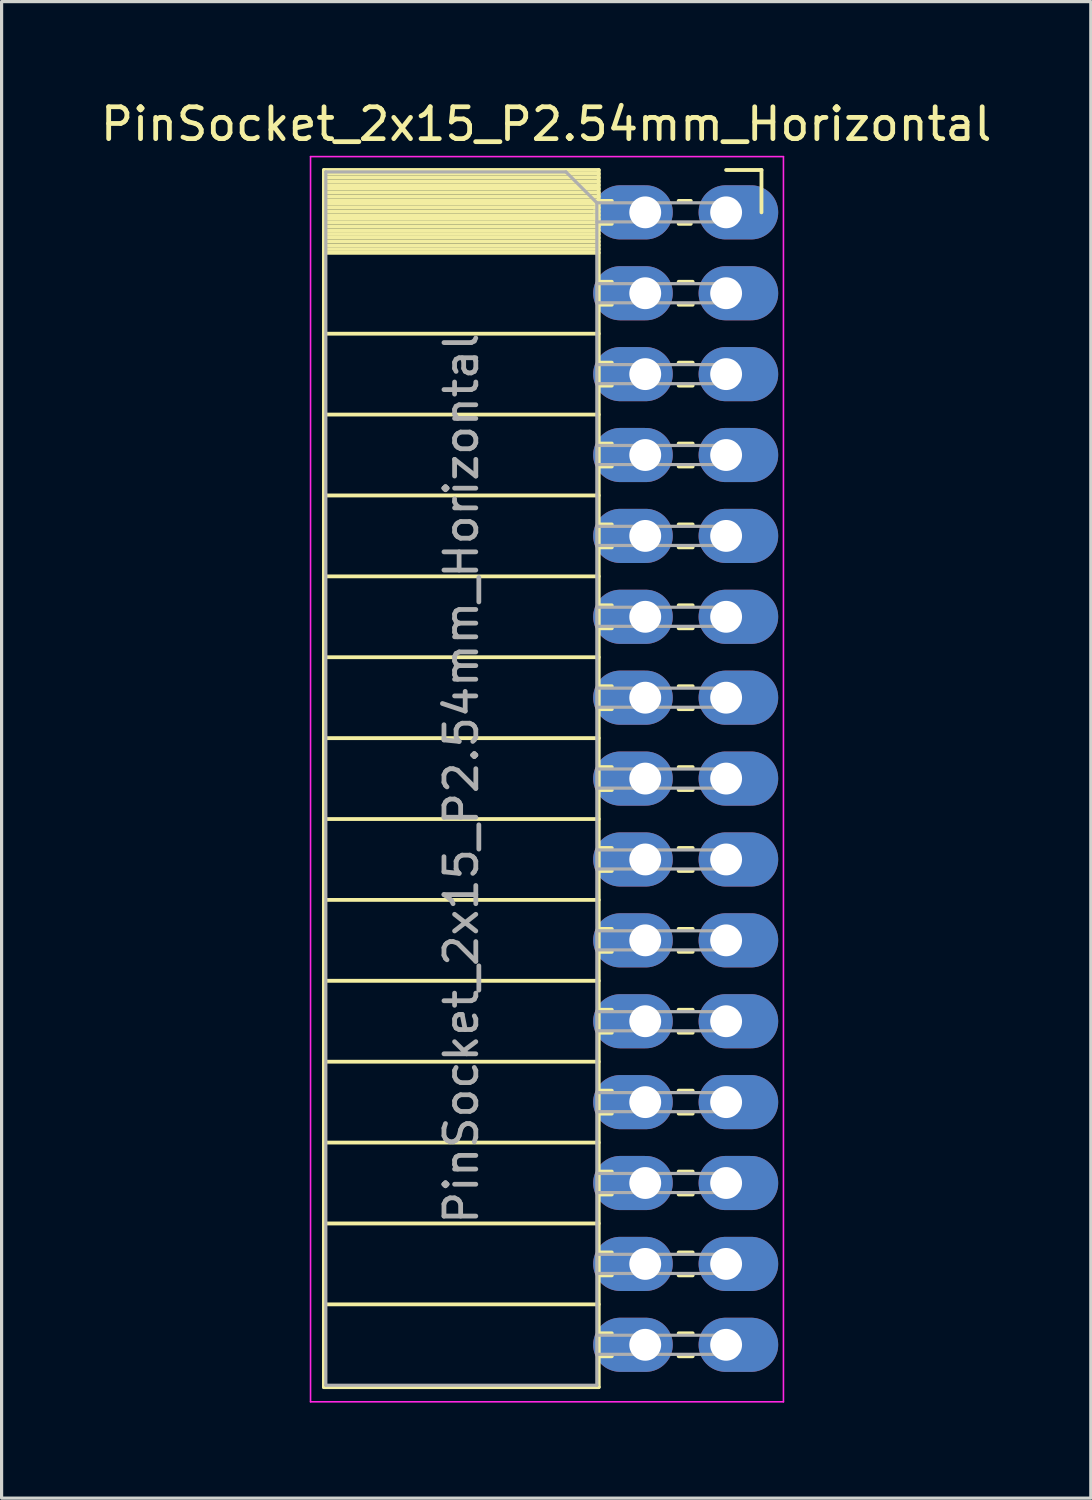
<source format=kicad_pcb>
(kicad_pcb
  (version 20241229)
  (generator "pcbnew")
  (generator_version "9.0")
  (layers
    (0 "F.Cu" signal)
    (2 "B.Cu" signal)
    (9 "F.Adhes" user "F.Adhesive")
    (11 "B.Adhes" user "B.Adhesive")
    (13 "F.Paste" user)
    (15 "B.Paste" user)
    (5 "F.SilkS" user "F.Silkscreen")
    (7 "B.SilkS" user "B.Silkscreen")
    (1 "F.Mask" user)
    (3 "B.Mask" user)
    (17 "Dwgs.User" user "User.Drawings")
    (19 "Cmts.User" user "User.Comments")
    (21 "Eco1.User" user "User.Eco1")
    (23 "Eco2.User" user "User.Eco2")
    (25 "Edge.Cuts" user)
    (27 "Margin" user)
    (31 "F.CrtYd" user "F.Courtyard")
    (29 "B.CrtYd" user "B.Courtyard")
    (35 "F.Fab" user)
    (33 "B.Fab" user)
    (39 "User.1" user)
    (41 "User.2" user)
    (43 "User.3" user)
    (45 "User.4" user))
  (footprint "PinSocket_2x15_P2.54mm_Horizontal"
    (layer "F.Cu")
    (at 19.751 3.618)
    (property "Reference" "PinSocket_2x15_P2.54mm_Horizontal" (at -5.65 -2.77 0) (layer "F.SilkS") (effects (font (size 1 1) (thickness 0.15))))
    (attr through_hole)
    (fp_line (start -12.63 -1.33) (end -12.63 36.89) (stroke (width 0.12) (type solid)) (layer "F.SilkS"))
    (fp_line (start -12.63 -1.33) (end -4 -1.33) (stroke (width 0.12) (type solid)) (layer "F.SilkS"))
    (fp_line (start -12.63 -1.21) (end -4 -1.21) (stroke (width 0.12) (type solid)) (layer "F.SilkS"))
    (fp_line (start -12.63 -1.092) (end -4 -1.092) (stroke (width 0.12) (type solid)) (layer "F.SilkS"))
    (fp_line (start -12.63 -0.974) (end -4 -0.974) (stroke (width 0.12) (type solid)) (layer "F.SilkS"))
    (fp_line (start -12.63 -0.856) (end -4 -0.856) (stroke (width 0.12) (type solid)) (layer "F.SilkS"))
    (fp_line (start -12.63 -0.738) (end -4 -0.738) (stroke (width 0.12) (type solid)) (layer "F.SilkS"))
    (fp_line (start -12.63 -0.62) (end -4 -0.62) (stroke (width 0.12) (type solid)) (layer "F.SilkS"))
    (fp_line (start -12.63 -0.501) (end -4 -0.501) (stroke (width 0.12) (type solid)) (layer "F.SilkS"))
    (fp_line (start -12.63 -0.383) (end -4 -0.383) (stroke (width 0.12) (type solid)) (layer "F.SilkS"))
    (fp_line (start -12.63 -0.265) (end -4 -0.265) (stroke (width 0.12) (type solid)) (layer "F.SilkS"))
    (fp_line (start -12.63 -0.147) (end -4 -0.147) (stroke (width 0.12) (type solid)) (layer "F.SilkS"))
    (fp_line (start -12.63 -0.029) (end -4 -0.029) (stroke (width 0.12) (type solid)) (layer "F.SilkS"))
    (fp_line (start -12.63 0.089) (end -4 0.089) (stroke (width 0.12) (type solid)) (layer "F.SilkS"))
    (fp_line (start -12.63 0.207) (end -4 0.207) (stroke (width 0.12) (type solid)) (layer "F.SilkS"))
    (fp_line (start -12.63 0.325) (end -4 0.325) (stroke (width 0.12) (type solid)) (layer "F.SilkS"))
    (fp_line (start -12.63 0.443) (end -4 0.443) (stroke (width 0.12) (type solid)) (layer "F.SilkS"))
    (fp_line (start -12.63 0.561) (end -4 0.561) (stroke (width 0.12) (type solid)) (layer "F.SilkS"))
    (fp_line (start -12.63 0.68) (end -4 0.68) (stroke (width 0.12) (type solid)) (layer "F.SilkS"))
    (fp_line (start -12.63 0.798) (end -4 0.798) (stroke (width 0.12) (type solid)) (layer "F.SilkS"))
    (fp_line (start -12.63 0.916) (end -4 0.916) (stroke (width 0.12) (type solid)) (layer "F.SilkS"))
    (fp_line (start -12.63 1.034) (end -4 1.034) (stroke (width 0.12) (type solid)) (layer "F.SilkS"))
    (fp_line (start -12.63 1.152) (end -4 1.152) (stroke (width 0.12) (type solid)) (layer "F.SilkS"))
    (fp_line (start -12.63 1.27) (end -4 1.27) (stroke (width 0.12) (type solid)) (layer "F.SilkS"))
    (fp_line (start -12.63 3.81) (end -4 3.81) (stroke (width 0.12) (type solid)) (layer "F.SilkS"))
    (fp_line (start -12.63 6.35) (end -4 6.35) (stroke (width 0.12) (type solid)) (layer "F.SilkS"))
    (fp_line (start -12.63 8.89) (end -4 8.89) (stroke (width 0.12) (type solid)) (layer "F.SilkS"))
    (fp_line (start -12.63 11.43) (end -4 11.43) (stroke (width 0.12) (type solid)) (layer "F.SilkS"))
    (fp_line (start -12.63 13.97) (end -4 13.97) (stroke (width 0.12) (type solid)) (layer "F.SilkS"))
    (fp_line (start -12.63 16.51) (end -4 16.51) (stroke (width 0.12) (type solid)) (layer "F.SilkS"))
    (fp_line (start -12.63 19.05) (end -4 19.05) (stroke (width 0.12) (type solid)) (layer "F.SilkS"))
    (fp_line (start -12.63 21.59) (end -4 21.59) (stroke (width 0.12) (type solid)) (layer "F.SilkS"))
    (fp_line (start -12.63 24.13) (end -4 24.13) (stroke (width 0.12) (type solid)) (layer "F.SilkS"))
    (fp_line (start -12.63 26.67) (end -4 26.67) (stroke (width 0.12) (type solid)) (layer "F.SilkS"))
    (fp_line (start -12.63 29.21) (end -4 29.21) (stroke (width 0.12) (type solid)) (layer "F.SilkS"))
    (fp_line (start -12.63 31.75) (end -4 31.75) (stroke (width 0.12) (type solid)) (layer "F.SilkS"))
    (fp_line (start -12.63 34.29) (end -4 34.29) (stroke (width 0.12) (type solid)) (layer "F.SilkS"))
    (fp_line (start -12.63 36.89) (end -4 36.89) (stroke (width 0.12) (type solid)) (layer "F.SilkS"))
    (fp_line (start -4 -1.33) (end -4 36.89) (stroke (width 0.12) (type solid)) (layer "F.SilkS"))
    (fp_line (start -4 -0.36) (end -3.59 -0.36) (stroke (width 0.12) (type solid)) (layer "F.SilkS"))
    (fp_line (start -4 0.36) (end -3.59 0.36) (stroke (width 0.12) (type solid)) (layer "F.SilkS"))
    (fp_line (start -4 2.18) (end -3.59 2.18) (stroke (width 0.12) (type solid)) (layer "F.SilkS"))
    (fp_line (start -4 2.9) (end -3.59 2.9) (stroke (width 0.12) (type solid)) (layer "F.SilkS"))
    (fp_line (start -4 4.72) (end -3.59 4.72) (stroke (width 0.12) (type solid)) (layer "F.SilkS"))
    (fp_line (start -4 5.44) (end -3.59 5.44) (stroke (width 0.12) (type solid)) (layer "F.SilkS"))
    (fp_line (start -4 7.26) (end -3.59 7.26) (stroke (width 0.12) (type solid)) (layer "F.SilkS"))
    (fp_line (start -4 7.98) (end -3.59 7.98) (stroke (width 0.12) (type solid)) (layer "F.SilkS"))
    (fp_line (start -4 9.8) (end -3.59 9.8) (stroke (width 0.12) (type solid)) (layer "F.SilkS"))
    (fp_line (start -4 10.52) (end -3.59 10.52) (stroke (width 0.12) (type solid)) (layer "F.SilkS"))
    (fp_line (start -4 12.34) (end -3.59 12.34) (stroke (width 0.12) (type solid)) (layer "F.SilkS"))
    (fp_line (start -4 13.06) (end -3.59 13.06) (stroke (width 0.12) (type solid)) (layer "F.SilkS"))
    (fp_line (start -4 14.88) (end -3.59 14.88) (stroke (width 0.12) (type solid)) (layer "F.SilkS"))
    (fp_line (start -4 15.6) (end -3.59 15.6) (stroke (width 0.12) (type solid)) (layer "F.SilkS"))
    (fp_line (start -4 17.42) (end -3.59 17.42) (stroke (width 0.12) (type solid)) (layer "F.SilkS"))
    (fp_line (start -4 18.14) (end -3.59 18.14) (stroke (width 0.12) (type solid)) (layer "F.SilkS"))
    (fp_line (start -4 19.96) (end -3.59 19.96) (stroke (width 0.12) (type solid)) (layer "F.SilkS"))
    (fp_line (start -4 20.68) (end -3.59 20.68) (stroke (width 0.12) (type solid)) (layer "F.SilkS"))
    (fp_line (start -4 22.5) (end -3.59 22.5) (stroke (width 0.12) (type solid)) (layer "F.SilkS"))
    (fp_line (start -4 23.22) (end -3.59 23.22) (stroke (width 0.12) (type solid)) (layer "F.SilkS"))
    (fp_line (start -4 25.04) (end -3.59 25.04) (stroke (width 0.12) (type solid)) (layer "F.SilkS"))
    (fp_line (start -4 25.76) (end -3.59 25.76) (stroke (width 0.12) (type solid)) (layer "F.SilkS"))
    (fp_line (start -4 27.58) (end -3.59 27.58) (stroke (width 0.12) (type solid)) (layer "F.SilkS"))
    (fp_line (start -4 28.3) (end -3.59 28.3) (stroke (width 0.12) (type solid)) (layer "F.SilkS"))
    (fp_line (start -4 30.12) (end -3.59 30.12) (stroke (width 0.12) (type solid)) (layer "F.SilkS"))
    (fp_line (start -4 30.84) (end -3.59 30.84) (stroke (width 0.12) (type solid)) (layer "F.SilkS"))
    (fp_line (start -4 32.66) (end -3.59 32.66) (stroke (width 0.12) (type solid)) (layer "F.SilkS"))
    (fp_line (start -4 33.38) (end -3.59 33.38) (stroke (width 0.12) (type solid)) (layer "F.SilkS"))
    (fp_line (start -4 35.2) (end -3.59 35.2) (stroke (width 0.12) (type solid)) (layer "F.SilkS"))
    (fp_line (start -4 35.92) (end -3.59 35.92) (stroke (width 0.12) (type solid)) (layer "F.SilkS"))
    (fp_line (start -1.49 -0.36) (end -1.11 -0.36) (stroke (width 0.12) (type solid)) (layer "F.SilkS"))
    (fp_line (start -1.49 0.36) (end -1.11 0.36) (stroke (width 0.12) (type solid)) (layer "F.SilkS"))
    (fp_line (start -1.49 2.18) (end -1.05 2.18) (stroke (width 0.12) (type solid)) (layer "F.SilkS"))
    (fp_line (start -1.49 2.9) (end -1.05 2.9) (stroke (width 0.12) (type solid)) (layer "F.SilkS"))
    (fp_line (start -1.49 4.72) (end -1.05 4.72) (stroke (width 0.12) (type solid)) (layer "F.SilkS"))
    (fp_line (start -1.49 5.44) (end -1.05 5.44) (stroke (width 0.12) (type solid)) (layer "F.SilkS"))
    (fp_line (start -1.49 7.26) (end -1.05 7.26) (stroke (width 0.12) (type solid)) (layer "F.SilkS"))
    (fp_line (start -1.49 7.98) (end -1.05 7.98) (stroke (width 0.12) (type solid)) (layer "F.SilkS"))
    (fp_line (start -1.49 9.8) (end -1.05 9.8) (stroke (width 0.12) (type solid)) (layer "F.SilkS"))
    (fp_line (start -1.49 10.52) (end -1.05 10.52) (stroke (width 0.12) (type solid)) (layer "F.SilkS"))
    (fp_line (start -1.49 12.34) (end -1.05 12.34) (stroke (width 0.12) (type solid)) (layer "F.SilkS"))
    (fp_line (start -1.49 13.06) (end -1.05 13.06) (stroke (width 0.12) (type solid)) (layer "F.SilkS"))
    (fp_line (start -1.49 14.88) (end -1.05 14.88) (stroke (width 0.12) (type solid)) (layer "F.SilkS"))
    (fp_line (start -1.49 15.6) (end -1.05 15.6) (stroke (width 0.12) (type solid)) (layer "F.SilkS"))
    (fp_line (start -1.49 17.42) (end -1.05 17.42) (stroke (width 0.12) (type solid)) (layer "F.SilkS"))
    (fp_line (start -1.49 18.14) (end -1.05 18.14) (stroke (width 0.12) (type solid)) (layer "F.SilkS"))
    (fp_line (start -1.49 19.96) (end -1.05 19.96) (stroke (width 0.12) (type solid)) (layer "F.SilkS"))
    (fp_line (start -1.49 20.68) (end -1.05 20.68) (stroke (width 0.12) (type solid)) (layer "F.SilkS"))
    (fp_line (start -1.49 22.5) (end -1.05 22.5) (stroke (width 0.12) (type solid)) (layer "F.SilkS"))
    (fp_line (start -1.49 23.22) (end -1.05 23.22) (stroke (width 0.12) (type solid)) (layer "F.SilkS"))
    (fp_line (start -1.49 25.04) (end -1.05 25.04) (stroke (width 0.12) (type solid)) (layer "F.SilkS"))
    (fp_line (start -1.49 25.76) (end -1.05 25.76) (stroke (width 0.12) (type solid)) (layer "F.SilkS"))
    (fp_line (start -1.49 27.58) (end -1.05 27.58) (stroke (width 0.12) (type solid)) (layer "F.SilkS"))
    (fp_line (start -1.49 28.3) (end -1.05 28.3) (stroke (width 0.12) (type solid)) (layer "F.SilkS"))
    (fp_line (start -1.49 30.12) (end -1.05 30.12) (stroke (width 0.12) (type solid)) (layer "F.SilkS"))
    (fp_line (start -1.49 30.84) (end -1.05 30.84) (stroke (width 0.12) (type solid)) (layer "F.SilkS"))
    (fp_line (start -1.49 32.66) (end -1.05 32.66) (stroke (width 0.12) (type solid)) (layer "F.SilkS"))
    (fp_line (start -1.49 33.38) (end -1.05 33.38) (stroke (width 0.12) (type solid)) (layer "F.SilkS"))
    (fp_line (start -1.49 35.2) (end -1.05 35.2) (stroke (width 0.12) (type solid)) (layer "F.SilkS"))
    (fp_line (start -1.49 35.92) (end -1.05 35.92) (stroke (width 0.12) (type solid)) (layer "F.SilkS"))
    (fp_line (start 0 -1.33) (end 1.11 -1.33) (stroke (width 0.12) (type solid)) (layer "F.SilkS"))
    (fp_line (start 1.11 -1.33) (end 1.11 0) (stroke (width 0.12) (type solid)) (layer "F.SilkS"))
    (fp_line (start -13.05 -1.75) (end -13.05 37.35) (stroke (width 0.05) (type solid)) (layer "F.CrtYd"))
    (fp_line (start -13.05 37.35) (end 1.8 37.35) (stroke (width 0.05) (type solid)) (layer "F.CrtYd"))
    (fp_line (start 1.8 -1.75) (end -13.05 -1.75) (stroke (width 0.05) (type solid)) (layer "F.CrtYd"))
    (fp_line (start 1.8 37.35) (end 1.8 -1.75) (stroke (width 0.05) (type solid)) (layer "F.CrtYd"))
    (fp_line (start -12.57 -1.27) (end -5.03 -1.27) (stroke (width 0.1) (type solid)) (layer "F.Fab"))
    (fp_line (start -12.57 36.83) (end -12.57 -1.27) (stroke (width 0.1) (type solid)) (layer "F.Fab"))
    (fp_line (start -5.03 -1.27) (end -4.06 -0.3) (stroke (width 0.1) (type solid)) (layer "F.Fab"))
    (fp_line (start -4.06 -0.3) (end -4.06 36.83) (stroke (width 0.1) (type solid)) (layer "F.Fab"))
    (fp_line (start -4.06 0.3) (end 0 0.3) (stroke (width 0.1) (type solid)) (layer "F.Fab"))
    (fp_line (start -4.06 2.84) (end 0 2.84) (stroke (width 0.1) (type solid)) (layer "F.Fab"))
    (fp_line (start -4.06 5.38) (end 0 5.38) (stroke (width 0.1) (type solid)) (layer "F.Fab"))
    (fp_line (start -4.06 7.92) (end 0 7.92) (stroke (width 0.1) (type solid)) (layer "F.Fab"))
    (fp_line (start -4.06 10.46) (end 0 10.46) (stroke (width 0.1) (type solid)) (layer "F.Fab"))
    (fp_line (start -4.06 13) (end 0 13) (stroke (width 0.1) (type solid)) (layer "F.Fab"))
    (fp_line (start -4.06 15.54) (end 0 15.54) (stroke (width 0.1) (type solid)) (layer "F.Fab"))
    (fp_line (start -4.06 18.08) (end 0 18.08) (stroke (width 0.1) (type solid)) (layer "F.Fab"))
    (fp_line (start -4.06 20.62) (end 0 20.62) (stroke (width 0.1) (type solid)) (layer "F.Fab"))
    (fp_line (start -4.06 23.16) (end 0 23.16) (stroke (width 0.1) (type solid)) (layer "F.Fab"))
    (fp_line (start -4.06 25.7) (end 0 25.7) (stroke (width 0.1) (type solid)) (layer "F.Fab"))
    (fp_line (start -4.06 28.24) (end 0 28.24) (stroke (width 0.1) (type solid)) (layer "F.Fab"))
    (fp_line (start -4.06 30.78) (end 0 30.78) (stroke (width 0.1) (type solid)) (layer "F.Fab"))
    (fp_line (start -4.06 33.32) (end 0 33.32) (stroke (width 0.1) (type solid)) (layer "F.Fab"))
    (fp_line (start -4.06 35.86) (end 0 35.86) (stroke (width 0.1) (type solid)) (layer "F.Fab"))
    (fp_line (start -4.06 36.83) (end -12.57 36.83) (stroke (width 0.1) (type solid)) (layer "F.Fab"))
    (fp_line (start 0 -0.3) (end -4.06 -0.3) (stroke (width 0.1) (type solid)) (layer "F.Fab"))
    (fp_line (start 0 0.3) (end 0 -0.3) (stroke (width 0.1) (type solid)) (layer "F.Fab"))
    (fp_line (start 0 2.24) (end -4.06 2.24) (stroke (width 0.1) (type solid)) (layer "F.Fab"))
    (fp_line (start 0 2.84) (end 0 2.24) (stroke (width 0.1) (type solid)) (layer "F.Fab"))
    (fp_line (start 0 4.78) (end -4.06 4.78) (stroke (width 0.1) (type solid)) (layer "F.Fab"))
    (fp_line (start 0 5.38) (end 0 4.78) (stroke (width 0.1) (type solid)) (layer "F.Fab"))
    (fp_line (start 0 7.32) (end -4.06 7.32) (stroke (width 0.1) (type solid)) (layer "F.Fab"))
    (fp_line (start 0 7.92) (end 0 7.32) (stroke (width 0.1) (type solid)) (layer "F.Fab"))
    (fp_line (start 0 9.86) (end -4.06 9.86) (stroke (width 0.1) (type solid)) (layer "F.Fab"))
    (fp_line (start 0 10.46) (end 0 9.86) (stroke (width 0.1) (type solid)) (layer "F.Fab"))
    (fp_line (start 0 12.4) (end -4.06 12.4) (stroke (width 0.1) (type solid)) (layer "F.Fab"))
    (fp_line (start 0 13) (end 0 12.4) (stroke (width 0.1) (type solid)) (layer "F.Fab"))
    (fp_line (start 0 14.94) (end -4.06 14.94) (stroke (width 0.1) (type solid)) (layer "F.Fab"))
    (fp_line (start 0 15.54) (end 0 14.94) (stroke (width 0.1) (type solid)) (layer "F.Fab"))
    (fp_line (start 0 17.48) (end -4.06 17.48) (stroke (width 0.1) (type solid)) (layer "F.Fab"))
    (fp_line (start 0 18.08) (end 0 17.48) (stroke (width 0.1) (type solid)) (layer "F.Fab"))
    (fp_line (start 0 20.02) (end -4.06 20.02) (stroke (width 0.1) (type solid)) (layer "F.Fab"))
    (fp_line (start 0 20.62) (end 0 20.02) (stroke (width 0.1) (type solid)) (layer "F.Fab"))
    (fp_line (start 0 22.56) (end -4.06 22.56) (stroke (width 0.1) (type solid)) (layer "F.Fab"))
    (fp_line (start 0 23.16) (end 0 22.56) (stroke (width 0.1) (type solid)) (layer "F.Fab"))
    (fp_line (start 0 25.1) (end -4.06 25.1) (stroke (width 0.1) (type solid)) (layer "F.Fab"))
    (fp_line (start 0 25.7) (end 0 25.1) (stroke (width 0.1) (type solid)) (layer "F.Fab"))
    (fp_line (start 0 27.64) (end -4.06 27.64) (stroke (width 0.1) (type solid)) (layer "F.Fab"))
    (fp_line (start 0 28.24) (end 0 27.64) (stroke (width 0.1) (type solid)) (layer "F.Fab"))
    (fp_line (start 0 30.18) (end -4.06 30.18) (stroke (width 0.1) (type solid)) (layer "F.Fab"))
    (fp_line (start 0 30.78) (end 0 30.18) (stroke (width 0.1) (type solid)) (layer "F.Fab"))
    (fp_line (start 0 32.72) (end -4.06 32.72) (stroke (width 0.1) (type solid)) (layer "F.Fab"))
    (fp_line (start 0 33.32) (end 0 32.72) (stroke (width 0.1) (type solid)) (layer "F.Fab"))
    (fp_line (start 0 35.26) (end -4.06 35.26) (stroke (width 0.1) (type solid)) (layer "F.Fab"))
    (fp_line (start 0 35.86) (end 0 35.26) (stroke (width 0.1) (type solid)) (layer "F.Fab"))
    (fp_text user "${REFERENCE}" (at -8.315 17.78 90) (layer "F.Fab") (effects (font (size 1 1) (thickness 0.15))))
    (pad "1" thru_hole oval (at 0 0 180) (size 2.5 1.7) (drill 1 (offset -0.385 0)) (layers "*.Cu" "*.Mask"))
    (pad "2" thru_hole oval (at -2.54 0) (size 2.5 1.7) (drill 1 (offset -0.385 0)) (layers "*.Cu" "*.Mask"))
    (pad "3" thru_hole oval (at 0 2.54 180) (size 2.5 1.7) (drill 1 (offset -0.385 0)) (layers "*.Cu" "*.Mask"))
    (pad "4" thru_hole oval (at -2.54 2.54) (size 2.5 1.7) (drill 1 (offset -0.385 0)) (layers "*.Cu" "*.Mask"))
    (pad "5" thru_hole oval (at 0 5.08 180) (size 2.5 1.7) (drill 1 (offset -0.385 0)) (layers "*.Cu" "*.Mask"))
    (pad "6" thru_hole oval (at -2.54 5.08) (size 2.5 1.7) (drill 1 (offset -0.385 0)) (layers "*.Cu" "*.Mask"))
    (pad "7" thru_hole oval (at 0 7.62 180) (size 2.5 1.7) (drill 1 (offset -0.385 0)) (layers "*.Cu" "*.Mask"))
    (pad "8" thru_hole oval (at -2.54 7.62) (size 2.5 1.7) (drill 1 (offset -0.385 0)) (layers "*.Cu" "*.Mask"))
    (pad "9" thru_hole oval (at 0 10.16 180) (size 2.5 1.7) (drill 1 (offset -0.385 0)) (layers "*.Cu" "*.Mask"))
    (pad "10" thru_hole oval (at -2.54 10.16) (size 2.5 1.7) (drill 1 (offset -0.385 0)) (layers "*.Cu" "*.Mask"))
    (pad "11" thru_hole oval (at 0 12.7 180) (size 2.5 1.7) (drill 1 (offset -0.385 0)) (layers "*.Cu" "*.Mask"))
    (pad "12" thru_hole oval (at -2.54 12.7) (size 2.5 1.7) (drill 1 (offset -0.385 0)) (layers "*.Cu" "*.Mask"))
    (pad "13" thru_hole oval (at 0 15.24 180) (size 2.5 1.7) (drill 1 (offset -0.385 0)) (layers "*.Cu" "*.Mask"))
    (pad "14" thru_hole oval (at -2.54 15.24) (size 2.5 1.7) (drill 1 (offset -0.385 0)) (layers "*.Cu" "*.Mask"))
    (pad "15" thru_hole oval (at 0 17.78 180) (size 2.5 1.7) (drill 1 (offset -0.385 0)) (layers "*.Cu" "*.Mask"))
    (pad "16" thru_hole oval (at -2.54 17.78) (size 2.5 1.7) (drill 1 (offset -0.385 0)) (layers "*.Cu" "*.Mask"))
    (pad "17" thru_hole oval (at 0 20.32 180) (size 2.5 1.7) (drill 1 (offset -0.385 0)) (layers "*.Cu" "*.Mask"))
    (pad "18" thru_hole oval (at -2.54 20.32) (size 2.5 1.7) (drill 1 (offset -0.385 0)) (layers "*.Cu" "*.Mask"))
    (pad "19" thru_hole oval (at 0 22.86 180) (size 2.5 1.7) (drill 1 (offset -0.385 0)) (layers "*.Cu" "*.Mask"))
    (pad "20" thru_hole oval (at -2.54 22.86) (size 2.5 1.7) (drill 1 (offset -0.385 0)) (layers "*.Cu" "*.Mask"))
    (pad "21" thru_hole oval (at 0 25.4 180) (size 2.5 1.7) (drill 1 (offset -0.385 0)) (layers "*.Cu" "*.Mask"))
    (pad "22" thru_hole oval (at -2.54 25.4) (size 2.5 1.7) (drill 1 (offset -0.385 0)) (layers "*.Cu" "*.Mask"))
    (pad "23" thru_hole oval (at 0 27.94 180) (size 2.5 1.7) (drill 1 (offset -0.385 0)) (layers "*.Cu" "*.Mask"))
    (pad "24" thru_hole oval (at -2.54 27.94) (size 2.5 1.7) (drill 1 (offset -0.385 0)) (layers "*.Cu" "*.Mask"))
    (pad "25" thru_hole oval (at 0 30.48 180) (size 2.5 1.7) (drill 1 (offset -0.385 0)) (layers "*.Cu" "*.Mask"))
    (pad "26" thru_hole oval (at -2.54 30.48) (size 2.5 1.7) (drill 1 (offset -0.385 0)) (layers "*.Cu" "*.Mask"))
    (pad "27" thru_hole oval (at 0 33.02 180) (size 2.5 1.7) (drill 1 (offset -0.385 0)) (layers "*.Cu" "*.Mask"))
    (pad "28" thru_hole oval (at -2.54 33.02) (size 2.5 1.7) (drill 1 (offset -0.385 0)) (layers "*.Cu" "*.Mask"))
    (pad "29" thru_hole oval (at 0 35.56 180) (size 2.5 1.7) (drill 1 (offset -0.385 0)) (layers "*.Cu" "*.Mask"))
    (pad "30" thru_hole oval (at -2.54 35.56) (size 2.5 1.7) (drill 1 (offset -0.385 0)) (layers "*.Cu" "*.Mask")))
  (gr_rect
    (start -3 -3)
    (end 31.202 43.993)
    (stroke (width 0.1) (type default))
    (fill no)
    (layer "Edge.Cuts")))
</source>
